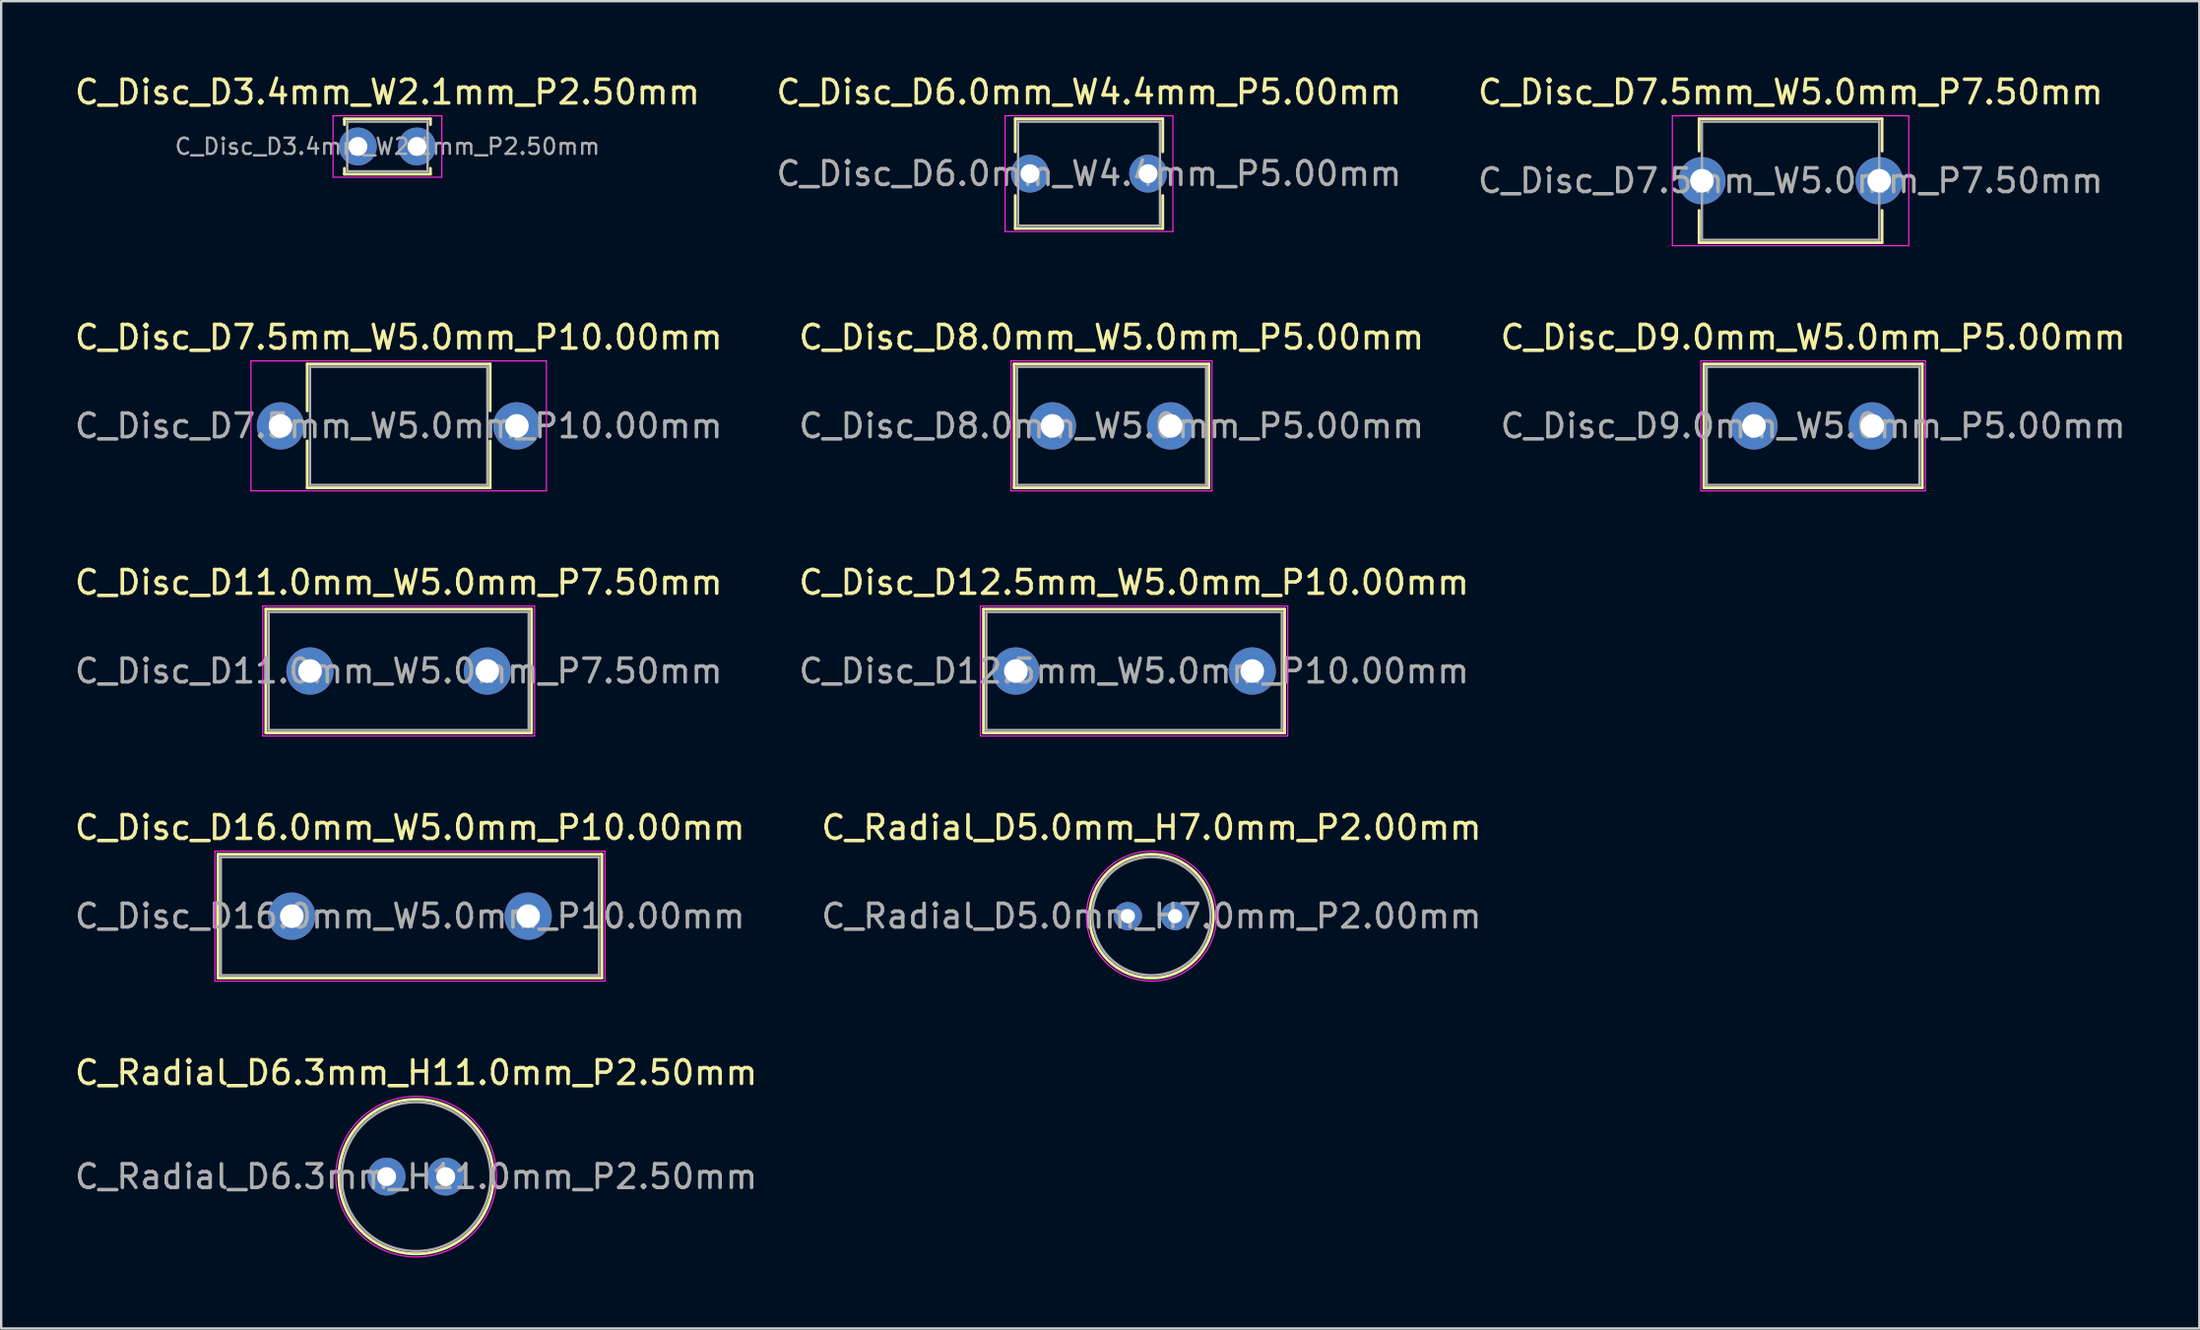
<source format=kicad_pcb>
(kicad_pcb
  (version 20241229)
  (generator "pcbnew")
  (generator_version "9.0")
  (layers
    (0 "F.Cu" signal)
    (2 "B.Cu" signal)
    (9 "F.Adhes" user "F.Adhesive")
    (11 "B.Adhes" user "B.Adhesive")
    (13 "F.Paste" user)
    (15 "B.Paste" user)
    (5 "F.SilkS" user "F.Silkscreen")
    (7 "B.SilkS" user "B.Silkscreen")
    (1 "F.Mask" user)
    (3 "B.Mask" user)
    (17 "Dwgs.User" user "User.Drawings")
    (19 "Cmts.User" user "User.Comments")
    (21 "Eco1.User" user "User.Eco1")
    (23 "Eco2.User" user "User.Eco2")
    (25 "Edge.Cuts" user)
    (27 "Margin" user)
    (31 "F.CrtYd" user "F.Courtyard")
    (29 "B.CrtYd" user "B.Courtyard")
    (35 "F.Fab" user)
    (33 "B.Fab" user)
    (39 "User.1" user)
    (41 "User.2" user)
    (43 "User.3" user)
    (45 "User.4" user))
  (footprint "C_Radial_D5.0mm_H7.0mm_P2.00mm"
    (layer "F.Cu")
    (at 44.661 35.718)
    (property "Reference" "C_Radial_D5.0mm_H7.0mm_P2.00mm" (at 1 -3.75 0) (layer "F.SilkS") (effects (font (size 1 1) (thickness 0.15))))
    (attr through_hole)
    (fp_circle (center 1 0) (end 3.62 0) (stroke (width 0.12) (type solid)) (fill no) (layer "F.SilkS"))
    (fp_circle (center 1 0) (end 3.75 0) (stroke (width 0.05) (type solid)) (fill no) (layer "F.CrtYd"))
    (fp_circle (center 1 0) (end 3.5 0) (stroke (width 0.1) (type solid)) (fill no) (layer "F.Fab"))
    (fp_text user "${REFERENCE}" (at 1 0 0) (layer "F.Fab") (effects (font (size 1 1) (thickness 0.15))))
    (pad "1" thru_hole circle (at 0 0) (size 1.2 1.2) (drill 0.6) (layers "*.Cu" "*.Mask"))
    (pad "2" thru_hole circle (at 2 0) (size 1.2 1.2) (drill 0.6) (layers "*.Cu" "*.Mask")))
  (footprint "C_Disc_D11.0mm_W5.0mm_P7.50mm"
    (layer "F.Cu")
    (at 10.065 25.345)
    (property "Reference" "C_Disc_D11.0mm_W5.0mm_P7.50mm" (at 3.75 -3.75 0) (layer "F.SilkS") (effects (font (size 1 1) (thickness 0.15))))
    (attr through_hole)
    (fp_line (start -1.87 -2.62) (end -1.87 2.62) (stroke (width 0.12) (type solid)) (layer "F.SilkS"))
    (fp_line (start -1.87 -2.62) (end 9.37 -2.62) (stroke (width 0.12) (type solid)) (layer "F.SilkS"))
    (fp_line (start -1.87 2.62) (end 9.37 2.62) (stroke (width 0.12) (type solid)) (layer "F.SilkS"))
    (fp_line (start 9.37 -2.62) (end 9.37 2.62) (stroke (width 0.12) (type solid)) (layer "F.SilkS"))
    (fp_line (start -2 -2.75) (end -2 2.75) (stroke (width 0.05) (type solid)) (layer "F.CrtYd"))
    (fp_line (start -2 2.75) (end 9.5 2.75) (stroke (width 0.05) (type solid)) (layer "F.CrtYd"))
    (fp_line (start 9.5 -2.75) (end -2 -2.75) (stroke (width 0.05) (type solid)) (layer "F.CrtYd"))
    (fp_line (start 9.5 2.75) (end 9.5 -2.75) (stroke (width 0.05) (type solid)) (layer "F.CrtYd"))
    (fp_line (start -1.75 -2.5) (end -1.75 2.5) (stroke (width 0.1) (type solid)) (layer "F.Fab"))
    (fp_line (start -1.75 2.5) (end 9.25 2.5) (stroke (width 0.1) (type solid)) (layer "F.Fab"))
    (fp_line (start 9.25 -2.5) (end -1.75 -2.5) (stroke (width 0.1) (type solid)) (layer "F.Fab"))
    (fp_line (start 9.25 2.5) (end 9.25 -2.5) (stroke (width 0.1) (type solid)) (layer "F.Fab"))
    (fp_text user "${REFERENCE}" (at 3.75 0 0) (layer "F.Fab") (effects (font (size 1 1) (thickness 0.15))))
    (pad "1" thru_hole circle (at 0 0) (size 2 2) (drill 1) (layers "*.Cu" "*.Mask"))
    (pad "2" thru_hole circle (at 7.5 0) (size 2 2) (drill 1) (layers "*.Cu" "*.Mask")))
  (footprint "C_Disc_D16.0mm_W5.0mm_P10.00mm"
    (layer "F.Cu")
    (at 9.292 35.718)
    (property "Reference" "C_Disc_D16.0mm_W5.0mm_P10.00mm" (at 5 -3.75 0) (layer "F.SilkS") (effects (font (size 1 1) (thickness 0.15))))
    (attr through_hole)
    (fp_line (start -3.12 -2.62) (end -3.12 2.62) (stroke (width 0.12) (type solid)) (layer "F.SilkS"))
    (fp_line (start -3.12 -2.62) (end 13.12 -2.62) (stroke (width 0.12) (type solid)) (layer "F.SilkS"))
    (fp_line (start -3.12 2.62) (end 13.12 2.62) (stroke (width 0.12) (type solid)) (layer "F.SilkS"))
    (fp_line (start 13.12 -2.62) (end 13.12 2.62) (stroke (width 0.12) (type solid)) (layer "F.SilkS"))
    (fp_line (start -3.25 -2.75) (end -3.25 2.75) (stroke (width 0.05) (type solid)) (layer "F.CrtYd"))
    (fp_line (start -3.25 2.75) (end 13.25 2.75) (stroke (width 0.05) (type solid)) (layer "F.CrtYd"))
    (fp_line (start 13.25 -2.75) (end -3.25 -2.75) (stroke (width 0.05) (type solid)) (layer "F.CrtYd"))
    (fp_line (start 13.25 2.75) (end 13.25 -2.75) (stroke (width 0.05) (type solid)) (layer "F.CrtYd"))
    (fp_line (start -3 -2.5) (end -3 2.5) (stroke (width 0.1) (type solid)) (layer "F.Fab"))
    (fp_line (start -3 2.5) (end 13 2.5) (stroke (width 0.1) (type solid)) (layer "F.Fab"))
    (fp_line (start 13 -2.5) (end -3 -2.5) (stroke (width 0.1) (type solid)) (layer "F.Fab"))
    (fp_line (start 13 2.5) (end 13 -2.5) (stroke (width 0.1) (type solid)) (layer "F.Fab"))
    (fp_text user "${REFERENCE}" (at 5 0 0) (layer "F.Fab") (effects (font (size 1 1) (thickness 0.15))))
    (pad "1" thru_hole circle (at 0 0) (size 2 2) (drill 1) (layers "*.Cu" "*.Mask"))
    (pad "2" thru_hole circle (at 10 0) (size 2 2) (drill 1) (layers "*.Cu" "*.Mask")))
  (footprint "C_Disc_D7.5mm_W5.0mm_P10.00mm"
    (layer "F.Cu")
    (at 8.815 14.972)
    (property "Reference" "C_Disc_D7.5mm_W5.0mm_P10.00mm" (at 5 -3.75 0) (layer "F.SilkS") (effects (font (size 1 1) (thickness 0.15))))
    (attr through_hole)
    (fp_line (start 1.13 -2.62) (end 1.13 -0.636) (stroke (width 0.12) (type solid)) (layer "F.SilkS"))
    (fp_line (start 1.13 -2.62) (end 8.87 -2.62) (stroke (width 0.12) (type solid)) (layer "F.SilkS"))
    (fp_line (start 1.13 0.636) (end 1.13 2.62) (stroke (width 0.12) (type solid)) (layer "F.SilkS"))
    (fp_line (start 1.13 2.62) (end 8.87 2.62) (stroke (width 0.12) (type solid)) (layer "F.SilkS"))
    (fp_line (start 8.87 -2.62) (end 8.87 -0.636) (stroke (width 0.12) (type solid)) (layer "F.SilkS"))
    (fp_line (start 8.87 0.636) (end 8.87 2.62) (stroke (width 0.12) (type solid)) (layer "F.SilkS"))
    (fp_line (start -1.25 -2.75) (end -1.25 2.75) (stroke (width 0.05) (type solid)) (layer "F.CrtYd"))
    (fp_line (start -1.25 2.75) (end 11.25 2.75) (stroke (width 0.05) (type solid)) (layer "F.CrtYd"))
    (fp_line (start 11.25 -2.75) (end -1.25 -2.75) (stroke (width 0.05) (type solid)) (layer "F.CrtYd"))
    (fp_line (start 11.25 2.75) (end 11.25 -2.75) (stroke (width 0.05) (type solid)) (layer "F.CrtYd"))
    (fp_line (start 1.25 -2.5) (end 1.25 2.5) (stroke (width 0.1) (type solid)) (layer "F.Fab"))
    (fp_line (start 1.25 2.5) (end 8.75 2.5) (stroke (width 0.1) (type solid)) (layer "F.Fab"))
    (fp_line (start 8.75 -2.5) (end 1.25 -2.5) (stroke (width 0.1) (type solid)) (layer "F.Fab"))
    (fp_line (start 8.75 2.5) (end 8.75 -2.5) (stroke (width 0.1) (type solid)) (layer "F.Fab"))
    (fp_text user "${REFERENCE}" (at 5 0 0) (layer "F.Fab") (effects (font (size 1 1) (thickness 0.15))))
    (pad "1" thru_hole circle (at 0 0) (size 2 2) (drill 1) (layers "*.Cu" "*.Mask"))
    (pad "2" thru_hole circle (at 10 0) (size 2 2) (drill 1) (layers "*.Cu" "*.Mask")))
  (footprint "C_Disc_D8.0mm_W5.0mm_P5.00mm"
    (layer "F.Cu")
    (at 41.47 14.972)
    (property "Reference" "C_Disc_D8.0mm_W5.0mm_P5.00mm" (at 2.5 -3.75 0) (layer "F.SilkS") (effects (font (size 1 1) (thickness 0.15))))
    (attr through_hole)
    (fp_line (start -1.62 -2.62) (end -1.62 2.62) (stroke (width 0.12) (type solid)) (layer "F.SilkS"))
    (fp_line (start -1.62 -2.62) (end 6.62 -2.62) (stroke (width 0.12) (type solid)) (layer "F.SilkS"))
    (fp_line (start -1.62 2.62) (end 6.62 2.62) (stroke (width 0.12) (type solid)) (layer "F.SilkS"))
    (fp_line (start 6.62 -2.62) (end 6.62 2.62) (stroke (width 0.12) (type solid)) (layer "F.SilkS"))
    (fp_line (start -1.75 -2.75) (end -1.75 2.75) (stroke (width 0.05) (type solid)) (layer "F.CrtYd"))
    (fp_line (start -1.75 2.75) (end 6.75 2.75) (stroke (width 0.05) (type solid)) (layer "F.CrtYd"))
    (fp_line (start 6.75 -2.75) (end -1.75 -2.75) (stroke (width 0.05) (type solid)) (layer "F.CrtYd"))
    (fp_line (start 6.75 2.75) (end 6.75 -2.75) (stroke (width 0.05) (type solid)) (layer "F.CrtYd"))
    (fp_line (start -1.5 -2.5) (end -1.5 2.5) (stroke (width 0.1) (type solid)) (layer "F.Fab"))
    (fp_line (start -1.5 2.5) (end 6.5 2.5) (stroke (width 0.1) (type solid)) (layer "F.Fab"))
    (fp_line (start 6.5 -2.5) (end -1.5 -2.5) (stroke (width 0.1) (type solid)) (layer "F.Fab"))
    (fp_line (start 6.5 2.5) (end 6.5 -2.5) (stroke (width 0.1) (type solid)) (layer "F.Fab"))
    (fp_text user "${REFERENCE}" (at 2.5 0 0) (layer "F.Fab") (effects (font (size 1 1) (thickness 0.15))))
    (pad "1" thru_hole circle (at 0 0) (size 2 2) (drill 1) (layers "*.Cu" "*.Mask"))
    (pad "2" thru_hole circle (at 5 0) (size 2 2) (drill 1) (layers "*.Cu" "*.Mask")))
  (footprint "C_Radial_D6.3mm_H11.0mm_P2.50mm"
    (layer "F.Cu")
    (at 13.304 46.741)
    (property "Reference" "C_Radial_D6.3mm_H11.0mm_P2.50mm" (at 1.25 -4.4 0) (layer "F.SilkS") (effects (font (size 1 1) (thickness 0.15))))
    (attr through_hole)
    (fp_circle (center 1.25 0) (end 4.52 0) (stroke (width 0.12) (type solid)) (fill no) (layer "F.SilkS"))
    (fp_circle (center 1.25 0) (end 4.65 0) (stroke (width 0.05) (type solid)) (fill no) (layer "F.CrtYd"))
    (fp_circle (center 1.25 0) (end 4.4 0) (stroke (width 0.1) (type solid)) (fill no) (layer "F.Fab"))
    (fp_text user "${REFERENCE}" (at 1.25 0 0) (layer "F.Fab") (effects (font (size 1 1) (thickness 0.15))))
    (pad "1" thru_hole circle (at 0 0) (size 1.6 1.6) (drill 0.8) (layers "*.Cu" "*.Mask"))
    (pad "2" thru_hole circle (at 2.5 0) (size 1.6 1.6) (drill 0.8) (layers "*.Cu" "*.Mask")))
  (footprint "C_Disc_D6.0mm_W4.4mm_P5.00mm"
    (layer "F.Cu")
    (at 40.518 4.298)
    (property "Reference" "C_Disc_D6.0mm_W4.4mm_P5.00mm" (at 2.5 -3.45 0) (layer "F.SilkS") (effects (font (size 1 1) (thickness 0.15))))
    (attr through_hole)
    (fp_line (start -0.62 -2.321) (end -0.62 -0.925) (stroke (width 0.12) (type solid)) (layer "F.SilkS"))
    (fp_line (start -0.62 -2.321) (end 5.62 -2.321) (stroke (width 0.12) (type solid)) (layer "F.SilkS"))
    (fp_line (start -0.62 0.925) (end -0.62 2.321) (stroke (width 0.12) (type solid)) (layer "F.SilkS"))
    (fp_line (start -0.62 2.321) (end 5.62 2.321) (stroke (width 0.12) (type solid)) (layer "F.SilkS"))
    (fp_line (start 5.62 -2.321) (end 5.62 -0.925) (stroke (width 0.12) (type solid)) (layer "F.SilkS"))
    (fp_line (start 5.62 0.925) (end 5.62 2.321) (stroke (width 0.12) (type solid)) (layer "F.SilkS"))
    (fp_line (start -1.05 -2.45) (end -1.05 2.45) (stroke (width 0.05) (type solid)) (layer "F.CrtYd"))
    (fp_line (start -1.05 2.45) (end 6.05 2.45) (stroke (width 0.05) (type solid)) (layer "F.CrtYd"))
    (fp_line (start 6.05 -2.45) (end -1.05 -2.45) (stroke (width 0.05) (type solid)) (layer "F.CrtYd"))
    (fp_line (start 6.05 2.45) (end 6.05 -2.45) (stroke (width 0.05) (type solid)) (layer "F.CrtYd"))
    (fp_line (start -0.5 -2.2) (end -0.5 2.2) (stroke (width 0.1) (type solid)) (layer "F.Fab"))
    (fp_line (start -0.5 2.2) (end 5.5 2.2) (stroke (width 0.1) (type solid)) (layer "F.Fab"))
    (fp_line (start 5.5 -2.2) (end -0.5 -2.2) (stroke (width 0.1) (type solid)) (layer "F.Fab"))
    (fp_line (start 5.5 2.2) (end 5.5 -2.2) (stroke (width 0.1) (type solid)) (layer "F.Fab"))
    (fp_text user "${REFERENCE}" (at 2.5 0 0) (layer "F.Fab") (effects (font (size 1 1) (thickness 0.15))))
    (pad "1" thru_hole circle (at 0 0) (size 1.6 1.6) (drill 0.8) (layers "*.Cu" "*.Mask"))
    (pad "2" thru_hole circle (at 5 0) (size 1.6 1.6) (drill 0.8) (layers "*.Cu" "*.Mask")))
  (footprint "C_Disc_D7.5mm_W5.0mm_P7.50mm"
    (layer "F.Cu")
    (at 68.946 4.598)
    (property "Reference" "C_Disc_D7.5mm_W5.0mm_P7.50mm" (at 3.75 -3.75 0) (layer "F.SilkS") (effects (font (size 1 1) (thickness 0.15))))
    (attr through_hole)
    (fp_line (start -0.12 -2.62) (end -0.12 -1.256) (stroke (width 0.12) (type solid)) (layer "F.SilkS"))
    (fp_line (start -0.12 -2.62) (end 7.62 -2.62) (stroke (width 0.12) (type solid)) (layer "F.SilkS"))
    (fp_line (start -0.12 1.256) (end -0.12 2.62) (stroke (width 0.12) (type solid)) (layer "F.SilkS"))
    (fp_line (start -0.12 2.62) (end 7.62 2.62) (stroke (width 0.12) (type solid)) (layer "F.SilkS"))
    (fp_line (start 7.62 -2.62) (end 7.62 -1.256) (stroke (width 0.12) (type solid)) (layer "F.SilkS"))
    (fp_line (start 7.62 1.256) (end 7.62 2.62) (stroke (width 0.12) (type solid)) (layer "F.SilkS"))
    (fp_line (start -1.25 -2.75) (end -1.25 2.75) (stroke (width 0.05) (type solid)) (layer "F.CrtYd"))
    (fp_line (start -1.25 2.75) (end 8.75 2.75) (stroke (width 0.05) (type solid)) (layer "F.CrtYd"))
    (fp_line (start 8.75 -2.75) (end -1.25 -2.75) (stroke (width 0.05) (type solid)) (layer "F.CrtYd"))
    (fp_line (start 8.75 2.75) (end 8.75 -2.75) (stroke (width 0.05) (type solid)) (layer "F.CrtYd"))
    (fp_line (start 0 -2.5) (end 0 2.5) (stroke (width 0.1) (type solid)) (layer "F.Fab"))
    (fp_line (start 0 2.5) (end 7.5 2.5) (stroke (width 0.1) (type solid)) (layer "F.Fab"))
    (fp_line (start 7.5 -2.5) (end 0 -2.5) (stroke (width 0.1) (type solid)) (layer "F.Fab"))
    (fp_line (start 7.5 2.5) (end 7.5 -2.5) (stroke (width 0.1) (type solid)) (layer "F.Fab"))
    (fp_text user "${REFERENCE}" (at 3.75 0 0) (layer "F.Fab") (effects (font (size 1 1) (thickness 0.15))))
    (pad "1" thru_hole circle (at 0 0) (size 2 2) (drill 1) (layers "*.Cu" "*.Mask"))
    (pad "2" thru_hole circle (at 7.5 0) (size 2 2) (drill 1) (layers "*.Cu" "*.Mask")))
  (footprint "C_Disc_D12.5mm_W5.0mm_P10.00mm"
    (layer "F.Cu")
    (at 39.923 25.345)
    (property "Reference" "C_Disc_D12.5mm_W5.0mm_P10.00mm" (at 5 -3.75 0) (layer "F.SilkS") (effects (font (size 1 1) (thickness 0.15))))
    (attr through_hole)
    (fp_line (start -1.37 -2.62) (end -1.37 2.62) (stroke (width 0.12) (type solid)) (layer "F.SilkS"))
    (fp_line (start -1.37 -2.62) (end 11.37 -2.62) (stroke (width 0.12) (type solid)) (layer "F.SilkS"))
    (fp_line (start -1.37 2.62) (end 11.37 2.62) (stroke (width 0.12) (type solid)) (layer "F.SilkS"))
    (fp_line (start 11.37 -2.62) (end 11.37 2.62) (stroke (width 0.12) (type solid)) (layer "F.SilkS"))
    (fp_line (start -1.5 -2.75) (end -1.5 2.75) (stroke (width 0.05) (type solid)) (layer "F.CrtYd"))
    (fp_line (start -1.5 2.75) (end 11.5 2.75) (stroke (width 0.05) (type solid)) (layer "F.CrtYd"))
    (fp_line (start 11.5 -2.75) (end -1.5 -2.75) (stroke (width 0.05) (type solid)) (layer "F.CrtYd"))
    (fp_line (start 11.5 2.75) (end 11.5 -2.75) (stroke (width 0.05) (type solid)) (layer "F.CrtYd"))
    (fp_line (start -1.25 -2.5) (end -1.25 2.5) (stroke (width 0.1) (type solid)) (layer "F.Fab"))
    (fp_line (start -1.25 2.5) (end 11.25 2.5) (stroke (width 0.1) (type solid)) (layer "F.Fab"))
    (fp_line (start 11.25 -2.5) (end -1.25 -2.5) (stroke (width 0.1) (type solid)) (layer "F.Fab"))
    (fp_line (start 11.25 2.5) (end 11.25 -2.5) (stroke (width 0.1) (type solid)) (layer "F.Fab"))
    (fp_text user "${REFERENCE}" (at 5 0 0) (layer "F.Fab") (effects (font (size 1 1) (thickness 0.15))))
    (pad "1" thru_hole circle (at 0 0) (size 2 2) (drill 1) (layers "*.Cu" "*.Mask"))
    (pad "2" thru_hole circle (at 10 0) (size 2 2) (drill 1) (layers "*.Cu" "*.Mask")))
  (footprint "C_Disc_D3.4mm_W2.1mm_P2.50mm"
    (layer "F.Cu")
    (at 12.089 3.148)
    (property "Reference" "C_Disc_D3.4mm_W2.1mm_P2.50mm" (at 1.25 -2.3 0) (layer "F.SilkS") (effects (font (size 1 1) (thickness 0.15))))
    (attr through_hole)
    (fp_line (start -0.57 -1.17) (end -0.57 -0.925) (stroke (width 0.12) (type solid)) (layer "F.SilkS"))
    (fp_line (start -0.57 -1.17) (end 3.07 -1.17) (stroke (width 0.12) (type solid)) (layer "F.SilkS"))
    (fp_line (start -0.57 0.925) (end -0.57 1.17) (stroke (width 0.12) (type solid)) (layer "F.SilkS"))
    (fp_line (start -0.57 1.17) (end 3.07 1.17) (stroke (width 0.12) (type solid)) (layer "F.SilkS"))
    (fp_line (start 3.07 -1.17) (end 3.07 -0.925) (stroke (width 0.12) (type solid)) (layer "F.SilkS"))
    (fp_line (start 3.07 0.925) (end 3.07 1.17) (stroke (width 0.12) (type solid)) (layer "F.SilkS"))
    (fp_line (start -1.05 -1.3) (end -1.05 1.3) (stroke (width 0.05) (type solid)) (layer "F.CrtYd"))
    (fp_line (start -1.05 1.3) (end 3.55 1.3) (stroke (width 0.05) (type solid)) (layer "F.CrtYd"))
    (fp_line (start 3.55 -1.3) (end -1.05 -1.3) (stroke (width 0.05) (type solid)) (layer "F.CrtYd"))
    (fp_line (start 3.55 1.3) (end 3.55 -1.3) (stroke (width 0.05) (type solid)) (layer "F.CrtYd"))
    (fp_line (start -0.45 -1.05) (end -0.45 1.05) (stroke (width 0.1) (type solid)) (layer "F.Fab"))
    (fp_line (start -0.45 1.05) (end 2.95 1.05) (stroke (width 0.1) (type solid)) (layer "F.Fab"))
    (fp_line (start 2.95 -1.05) (end -0.45 -1.05) (stroke (width 0.1) (type solid)) (layer "F.Fab"))
    (fp_line (start 2.95 1.05) (end 2.95 -1.05) (stroke (width 0.1) (type solid)) (layer "F.Fab"))
    (fp_text user "${REFERENCE}" (at 1.25 0 0) (layer "F.Fab") (effects (font (size 0.68 0.68) (thickness 0.102))))
    (pad "1" thru_hole circle (at 0 0) (size 1.6 1.6) (drill 0.8) (layers "*.Cu" "*.Mask"))
    (pad "2" thru_hole circle (at 2.5 0) (size 1.6 1.6) (drill 0.8) (layers "*.Cu" "*.Mask")))
  (footprint "C_Disc_D9.0mm_W5.0mm_P5.00mm"
    (layer "F.Cu")
    (at 71.149 14.972)
    (property "Reference" "C_Disc_D9.0mm_W5.0mm_P5.00mm" (at 2.5 -3.75 0) (layer "F.SilkS") (effects (font (size 1 1) (thickness 0.15))))
    (attr through_hole)
    (fp_line (start -2.12 -2.62) (end -2.12 2.62) (stroke (width 0.12) (type solid)) (layer "F.SilkS"))
    (fp_line (start -2.12 -2.62) (end 7.12 -2.62) (stroke (width 0.12) (type solid)) (layer "F.SilkS"))
    (fp_line (start -2.12 2.62) (end 7.12 2.62) (stroke (width 0.12) (type solid)) (layer "F.SilkS"))
    (fp_line (start 7.12 -2.62) (end 7.12 2.62) (stroke (width 0.12) (type solid)) (layer "F.SilkS"))
    (fp_line (start -2.25 -2.75) (end -2.25 2.75) (stroke (width 0.05) (type solid)) (layer "F.CrtYd"))
    (fp_line (start -2.25 2.75) (end 7.25 2.75) (stroke (width 0.05) (type solid)) (layer "F.CrtYd"))
    (fp_line (start 7.25 -2.75) (end -2.25 -2.75) (stroke (width 0.05) (type solid)) (layer "F.CrtYd"))
    (fp_line (start 7.25 2.75) (end 7.25 -2.75) (stroke (width 0.05) (type solid)) (layer "F.CrtYd"))
    (fp_line (start -2 -2.5) (end -2 2.5) (stroke (width 0.1) (type solid)) (layer "F.Fab"))
    (fp_line (start -2 2.5) (end 7 2.5) (stroke (width 0.1) (type solid)) (layer "F.Fab"))
    (fp_line (start 7 -2.5) (end -2 -2.5) (stroke (width 0.1) (type solid)) (layer "F.Fab"))
    (fp_line (start 7 2.5) (end 7 -2.5) (stroke (width 0.1) (type solid)) (layer "F.Fab"))
    (fp_text user "${REFERENCE}" (at 2.5 0 0) (layer "F.Fab") (effects (font (size 1 1) (thickness 0.15))))
    (pad "1" thru_hole circle (at 0 0) (size 2 2) (drill 1) (layers "*.Cu" "*.Mask"))
    (pad "2" thru_hole circle (at 5 0) (size 2 2) (drill 1) (layers "*.Cu" "*.Mask")))
  (gr_rect
    (start -3 -3)
    (end 89.988 53.166)
    (stroke (width 0.1) (type default))
    (fill no)
    (layer "Edge.Cuts")))
</source>
